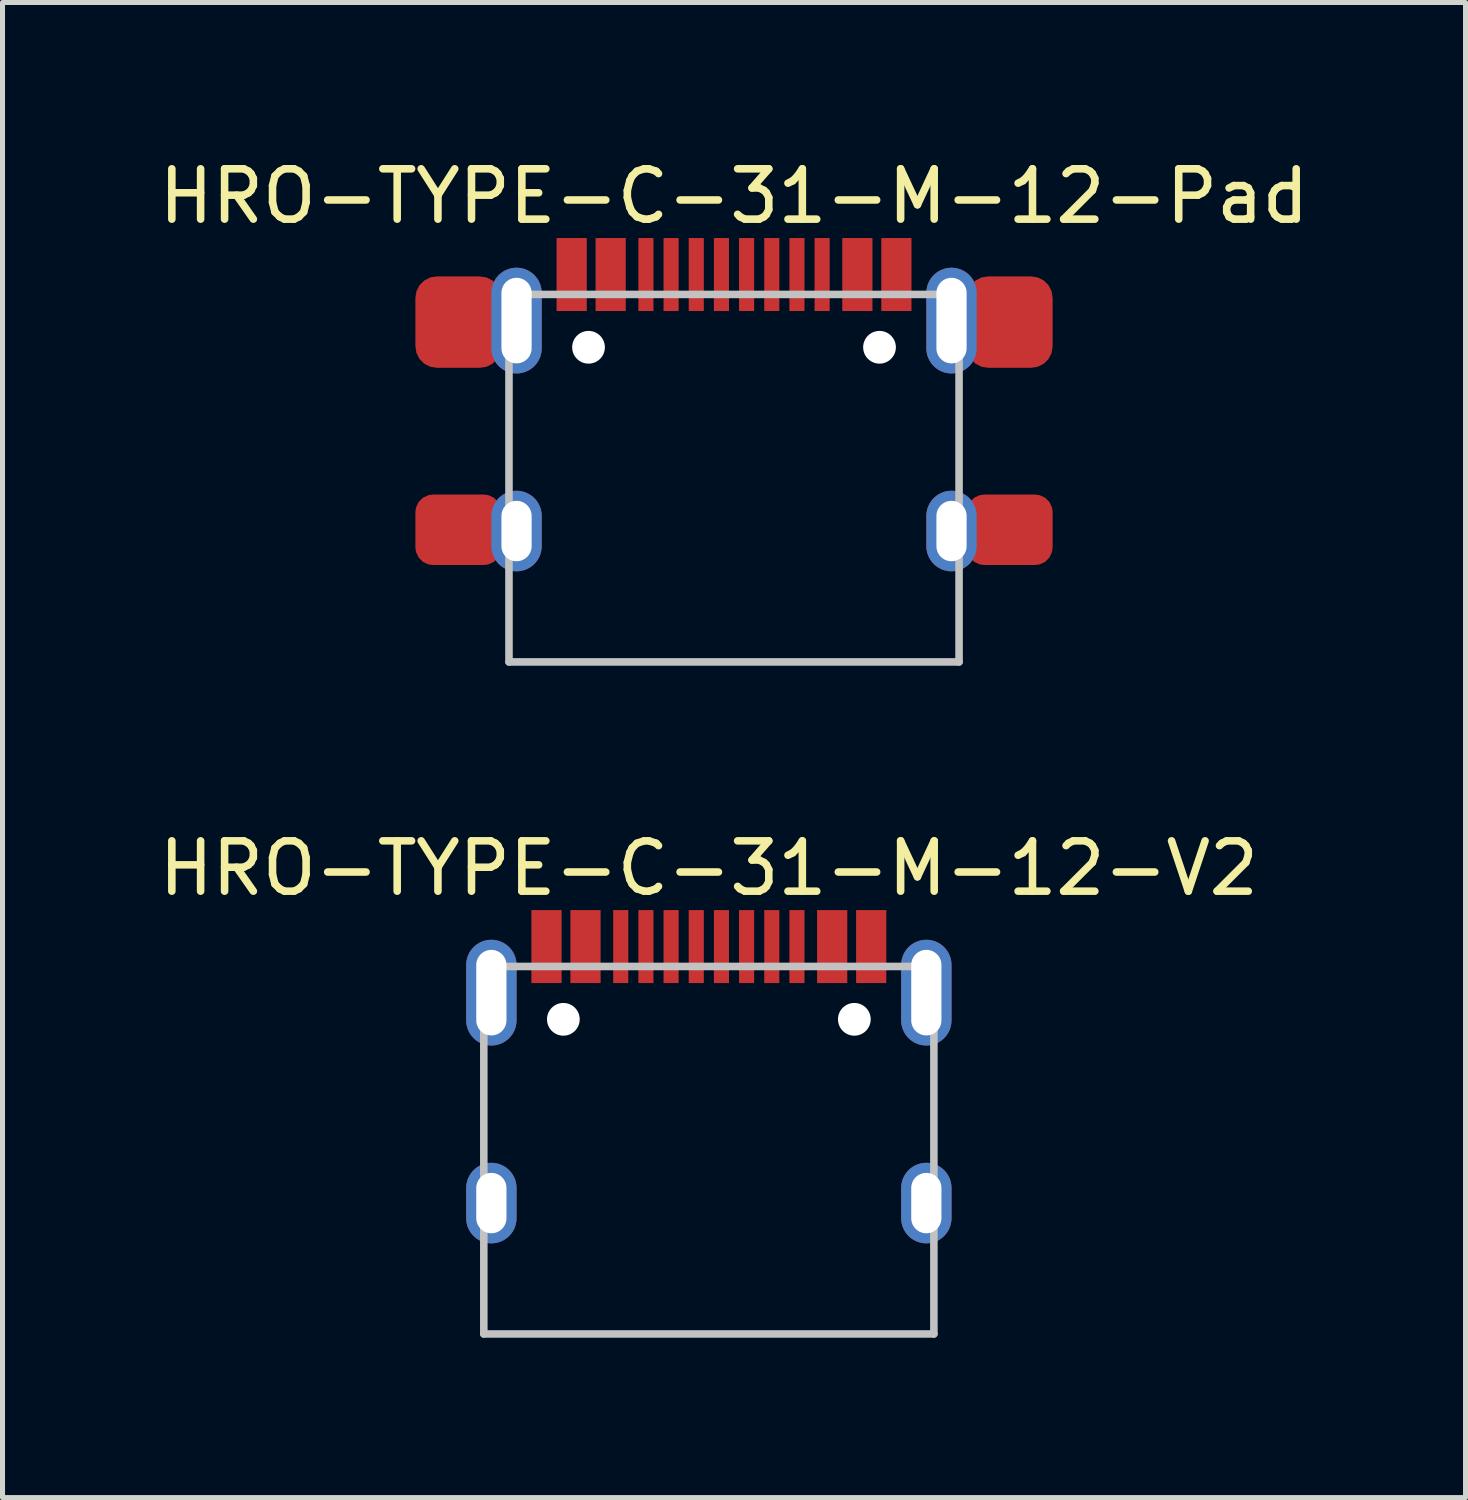
<source format=kicad_pcb>
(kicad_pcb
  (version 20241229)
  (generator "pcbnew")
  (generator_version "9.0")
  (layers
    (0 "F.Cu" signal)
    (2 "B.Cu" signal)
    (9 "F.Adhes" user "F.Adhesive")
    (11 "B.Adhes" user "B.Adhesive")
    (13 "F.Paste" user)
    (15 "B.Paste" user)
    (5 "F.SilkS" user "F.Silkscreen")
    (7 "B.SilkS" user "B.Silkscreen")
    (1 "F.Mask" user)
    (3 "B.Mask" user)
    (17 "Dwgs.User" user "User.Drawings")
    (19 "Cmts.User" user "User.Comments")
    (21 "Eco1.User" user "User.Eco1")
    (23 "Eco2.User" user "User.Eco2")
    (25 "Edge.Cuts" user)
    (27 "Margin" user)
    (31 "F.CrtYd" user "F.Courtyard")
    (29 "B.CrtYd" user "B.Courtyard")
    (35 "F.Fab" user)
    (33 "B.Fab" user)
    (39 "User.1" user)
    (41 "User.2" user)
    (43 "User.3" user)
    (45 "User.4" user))
  (footprint "HRO-TYPE-C-31-M-12-Pad"
    (layer "F.Cu")
    (at 11.53 10.098)
    (property "Reference" "HRO-TYPE-C-31-M-12-Pad" (at 0 -9.25 0) (layer "F.SilkS") (effects (font (size 1 1) (thickness 0.15))))
    (attr smd)
    (fp_line (start -4.47 -7.3) (end 4.47 -7.3) (stroke (width 0.15) (type solid)) (layer "Dwgs.User"))
    (fp_line (start -4.47 0) (end -4.47 -7.3) (stroke (width 0.15) (type solid)) (layer "Dwgs.User"))
    (fp_line (start -4.47 0) (end 4.47 0) (stroke (width 0.15) (type solid)) (layer "Dwgs.User"))
    (fp_line (start 4.47 0) (end 4.47 -7.3) (stroke (width 0.15) (type solid)) (layer "Dwgs.User"))
    (pad "" np_thru_hole circle (at -2.89 -6.25) (size 0.65 0.65) (drill 0.65) (layers "*.Cu" "*.Mask"))
    (pad "" np_thru_hole circle (at 2.89 -6.25) (size 0.65 0.65) (drill 0.65) (layers "*.Cu" "*.Mask"))
    (pad "A1" smd rect (at -3.225 -7.695) (size 0.6 1.45) (layers "F.Cu" "F.Mask" "F.Paste"))
    (pad "A4" smd rect (at -2.45 -7.695) (size 0.6 1.45) (layers "F.Cu" "F.Mask" "F.Paste"))
    (pad "A5" smd rect (at -1.25 -7.695) (size 0.3 1.45) (layers "F.Cu" "F.Mask" "F.Paste"))
    (pad "A6" smd rect (at -0.25 -7.695) (size 0.3 1.45) (layers "F.Cu" "F.Mask" "F.Paste"))
    (pad "A7" smd rect (at 0.25 -7.695) (size 0.3 1.45) (layers "F.Cu" "F.Mask" "F.Paste"))
    (pad "A8" smd rect (at 1.25 -7.695) (size 0.3 1.45) (layers "F.Cu" "F.Mask" "F.Paste"))
    (pad "A9" smd rect (at 2.45 -7.695) (size 0.6 1.45) (layers "F.Cu" "F.Mask" "F.Paste"))
    (pad "A12" smd rect (at 3.225 -7.695) (size 0.6 1.45) (layers "F.Cu" "F.Mask" "F.Paste"))
    (pad "B5" smd rect (at 1.75 -7.695) (size 0.3 1.45) (layers "F.Cu" "F.Mask" "F.Paste"))
    (pad "B6" smd rect (at 0.75 -7.695) (size 0.3 1.45) (layers "F.Cu" "F.Mask" "F.Paste"))
    (pad "B7" smd rect (at -0.75 -7.695) (size 0.3 1.45) (layers "F.Cu" "F.Mask" "F.Paste"))
    (pad "B8" smd rect (at -1.75 -7.695) (size 0.3 1.45) (layers "F.Cu" "F.Mask" "F.Paste"))
    (pad "S1" smd roundrect (at -5.475 -6.75) (size 1.708 1.816) (layers "F.Cu" "F.Mask" "F.Paste") (roundrect_rratio 0.25))
    (pad "S1" smd roundrect (at -5.475 -2.625) (size 1.708 1.4) (layers "F.Cu" "F.Mask" "F.Paste") (roundrect_rratio 0.25))
    (pad "S1" thru_hole oval (at -4.32 -6.78) (size 1 2.1) (drill oval 0.6 1.7) (layers "*.Cu" "*.Mask"))
    (pad "S1" thru_hole oval (at -4.32 -2.6) (size 1 1.6) (drill oval 0.6 1.2) (layers "*.Cu" "*.Mask"))
    (pad "S1" thru_hole oval (at 4.32 -6.78) (size 1 2.1) (drill oval 0.6 1.7) (layers "*.Cu" "*.Mask"))
    (pad "S1" thru_hole oval (at 4.32 -2.6) (size 1 1.6) (drill oval 0.6 1.2) (layers "*.Cu" "*.Mask"))
    (pad "S1" smd roundrect (at 5.475 -6.75) (size 1.708 1.816) (layers "F.Cu" "F.Mask" "F.Paste") (roundrect_rratio 0.25))
    (pad "S1" smd roundrect (at 5.475 -2.625) (size 1.708 1.4) (layers "F.Cu" "F.Mask" "F.Paste") (roundrect_rratio 0.25)))
  (footprint "HRO-TYPE-C-31-M-12-V2"
    (layer "F.Cu")
    (at 11.03 23.447)
    (property "Reference" "HRO-TYPE-C-31-M-12-V2" (at 0 -9.25 0) (layer "F.SilkS") (effects (font (size 1 1) (thickness 0.15))))
    (attr smd)
    (fp_line (start -4.47 -7.3) (end 4.47 -7.3) (stroke (width 0.15) (type solid)) (layer "Dwgs.User"))
    (fp_line (start -4.47 0) (end -4.47 -7.3) (stroke (width 0.15) (type solid)) (layer "Dwgs.User"))
    (fp_line (start -4.47 0) (end 4.47 0) (stroke (width 0.15) (type solid)) (layer "Dwgs.User"))
    (fp_line (start 4.47 0) (end 4.47 -7.3) (stroke (width 0.15) (type solid)) (layer "Dwgs.User"))
    (pad "" np_thru_hole circle (at -2.89 -6.25) (size 0.65 0.65) (drill 0.65) (layers "*.Cu" "*.Mask"))
    (pad "" np_thru_hole circle (at 2.89 -6.25) (size 0.65 0.65) (drill 0.65) (layers "*.Cu" "*.Mask"))
    (pad "A1" smd rect (at -3.225 -7.695) (size 0.6 1.45) (layers "F.Cu" "F.Mask" "F.Paste"))
    (pad "A4" smd rect (at -2.45 -7.695) (size 0.6 1.45) (layers "F.Cu" "F.Mask" "F.Paste"))
    (pad "A5" smd rect (at -1.25 -7.695) (size 0.3 1.45) (layers "F.Cu" "F.Mask" "F.Paste"))
    (pad "A6" smd rect (at -0.25 -7.695) (size 0.3 1.45) (layers "F.Cu" "F.Mask" "F.Paste"))
    (pad "A7" smd rect (at 0.25 -7.695) (size 0.3 1.45) (layers "F.Cu" "F.Mask" "F.Paste"))
    (pad "A8" smd rect (at 1.25 -7.695) (size 0.3 1.45) (layers "F.Cu" "F.Mask" "F.Paste"))
    (pad "A9" smd rect (at 2.45 -7.695) (size 0.6 1.45) (layers "F.Cu" "F.Mask" "F.Paste"))
    (pad "A12" smd rect (at 3.225 -7.695) (size 0.6 1.45) (layers "F.Cu" "F.Mask" "F.Paste"))
    (pad "B5" smd rect (at 1.75 -7.695) (size 0.3 1.45) (layers "F.Cu" "F.Mask" "F.Paste"))
    (pad "B6" smd rect (at 0.75 -7.695) (size 0.3 1.45) (layers "F.Cu" "F.Mask" "F.Paste"))
    (pad "B7" smd rect (at -0.75 -7.695) (size 0.3 1.45) (layers "F.Cu" "F.Mask" "F.Paste"))
    (pad "B8" smd rect (at -1.75 -7.695) (size 0.3 1.45) (layers "F.Cu" "F.Mask" "F.Paste"))
    (pad "S1" thru_hole oval (at -4.32 -6.78) (size 1 2.1) (drill oval 0.6 1.7) (layers "*.Cu" "*.Mask"))
    (pad "S1" thru_hole oval (at -4.32 -2.6) (size 1 1.6) (drill oval 0.6 1.2) (layers "*.Cu" "*.Mask"))
    (pad "S1" thru_hole oval (at 4.32 -6.78) (size 1 2.1) (drill oval 0.6 1.7) (layers "*.Cu" "*.Mask"))
    (pad "S1" thru_hole oval (at 4.32 -2.6) (size 1 1.6) (drill oval 0.6 1.2) (layers "*.Cu" "*.Mask")))
  (gr_rect
    (start -3 -3)
    (end 26.06 26.697)
    (stroke (width 0.1) (type default))
    (fill no)
    (layer "Edge.Cuts")))
</source>
